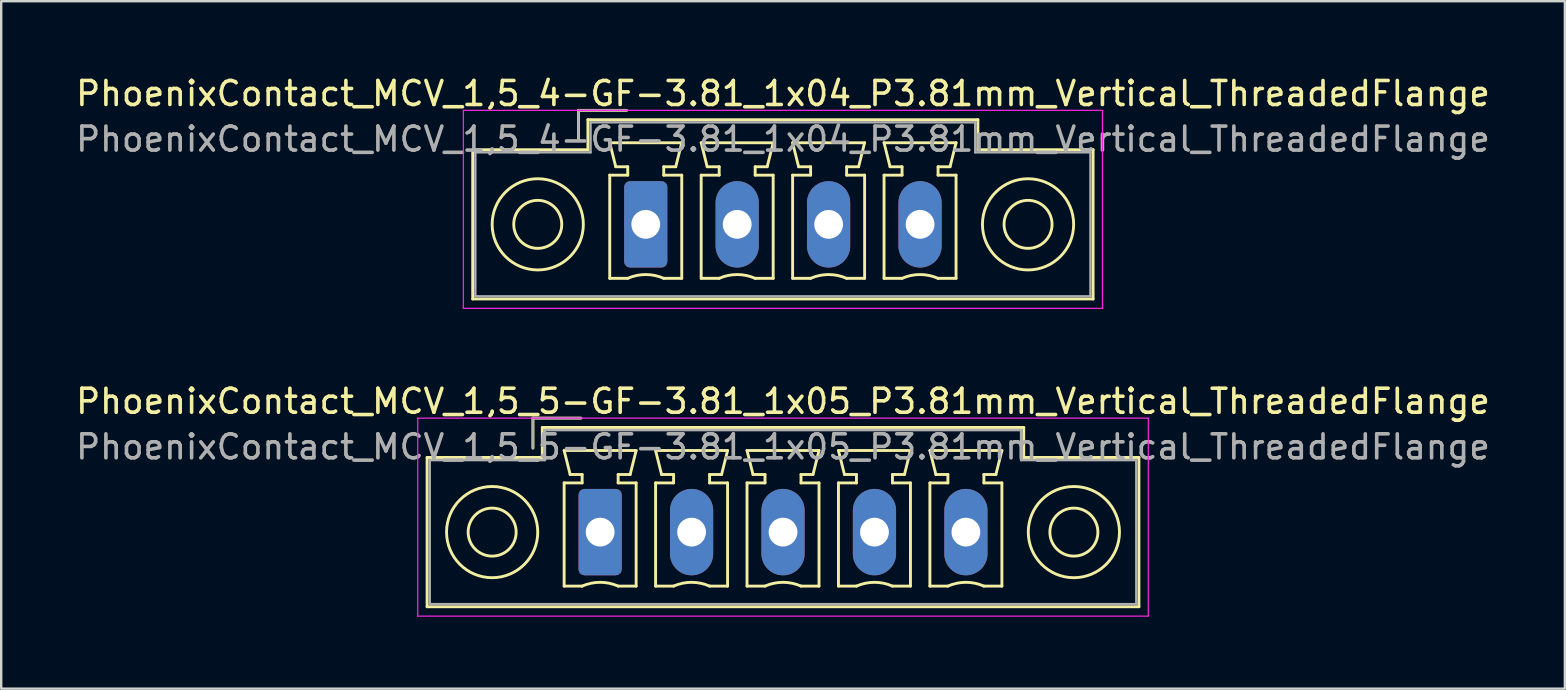
<source format=kicad_pcb>
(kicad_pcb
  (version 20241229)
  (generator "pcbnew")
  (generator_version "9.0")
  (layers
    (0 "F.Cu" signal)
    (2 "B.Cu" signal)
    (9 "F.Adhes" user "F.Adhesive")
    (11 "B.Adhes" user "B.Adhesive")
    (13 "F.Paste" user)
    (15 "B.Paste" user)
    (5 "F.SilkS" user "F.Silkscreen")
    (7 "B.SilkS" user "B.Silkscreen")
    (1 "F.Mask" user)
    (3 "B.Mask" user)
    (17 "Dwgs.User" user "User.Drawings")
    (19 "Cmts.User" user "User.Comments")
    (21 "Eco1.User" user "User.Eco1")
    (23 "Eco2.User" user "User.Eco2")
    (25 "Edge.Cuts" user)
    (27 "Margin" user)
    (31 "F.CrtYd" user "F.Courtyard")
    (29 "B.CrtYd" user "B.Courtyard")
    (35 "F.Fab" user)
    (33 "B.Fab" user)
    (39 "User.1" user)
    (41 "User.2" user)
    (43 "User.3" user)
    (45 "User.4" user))
  (footprint "PhoenixContact_MCV_1,5_4-GF-3.81_1x04_P3.81mm_Vertical_ThreadedFlange"
    (layer "F.Cu")
    (at 23.857 6.298)
    (property "Reference" "PhoenixContact_MCV_1,5_4-GF-3.81_1x04_P3.81mm_Vertical_ThreadedFlange" (at 5.72 -5.45 0) (layer "F.SilkS") (effects (font (size 1 1) (thickness 0.15))))
    (attr through_hole)
    (fp_line (start -7.21 -3.11) (end -7.21 3.11) (stroke (width 0.12) (type solid)) (layer "F.SilkS"))
    (fp_line (start -7.21 3.11) (end 18.64 3.11) (stroke (width 0.12) (type solid)) (layer "F.SilkS"))
    (fp_line (start -2.8 -4.75) (end -0.8 -4.75) (stroke (width 0.12) (type solid)) (layer "F.SilkS"))
    (fp_line (start -2.8 -3.5) (end -2.8 -4.75) (stroke (width 0.12) (type solid)) (layer "F.SilkS"))
    (fp_line (start -2.41 -4.36) (end -2.41 -3.11) (stroke (width 0.12) (type solid)) (layer "F.SilkS"))
    (fp_line (start -2.41 -3.11) (end -7.21 -3.11) (stroke (width 0.12) (type solid)) (layer "F.SilkS"))
    (fp_line (start -1.5 -3.4) (end 1.5 -3.4) (stroke (width 0.12) (type solid)) (layer "F.SilkS"))
    (fp_line (start -1.5 -2.05) (end -0.75 -2.05) (stroke (width 0.12) (type solid)) (layer "F.SilkS"))
    (fp_line (start -1.5 2.25) (end -1.5 -2.05) (stroke (width 0.12) (type solid)) (layer "F.SilkS"))
    (fp_line (start -1.25 -2.4) (end -1.5 -3.4) (stroke (width 0.12) (type solid)) (layer "F.SilkS"))
    (fp_line (start -0.75 -2.4) (end -1.25 -2.4) (stroke (width 0.12) (type solid)) (layer "F.SilkS"))
    (fp_line (start -0.75 -2.05) (end -0.75 -2.4) (stroke (width 0.12) (type solid)) (layer "F.SilkS"))
    (fp_line (start -0.75 2.25) (end -1.5 2.25) (stroke (width 0.12) (type solid)) (layer "F.SilkS"))
    (fp_line (start 0.75 -2.4) (end 0.75 -2.05) (stroke (width 0.12) (type solid)) (layer "F.SilkS"))
    (fp_line (start 0.75 -2.05) (end 1.5 -2.05) (stroke (width 0.12) (type solid)) (layer "F.SilkS"))
    (fp_line (start 1.25 -2.4) (end 0.75 -2.4) (stroke (width 0.12) (type solid)) (layer "F.SilkS"))
    (fp_line (start 1.5 -3.4) (end 1.25 -2.4) (stroke (width 0.12) (type solid)) (layer "F.SilkS"))
    (fp_line (start 1.5 -2.05) (end 1.5 2.25) (stroke (width 0.12) (type solid)) (layer "F.SilkS"))
    (fp_line (start 1.5 2.25) (end 0.75 2.25) (stroke (width 0.12) (type solid)) (layer "F.SilkS"))
    (fp_line (start 2.31 -3.4) (end 5.31 -3.4) (stroke (width 0.12) (type solid)) (layer "F.SilkS"))
    (fp_line (start 2.31 -2.05) (end 3.06 -2.05) (stroke (width 0.12) (type solid)) (layer "F.SilkS"))
    (fp_line (start 2.31 2.25) (end 2.31 -2.05) (stroke (width 0.12) (type solid)) (layer "F.SilkS"))
    (fp_line (start 2.56 -2.4) (end 2.31 -3.4) (stroke (width 0.12) (type solid)) (layer "F.SilkS"))
    (fp_line (start 3.06 -2.4) (end 2.56 -2.4) (stroke (width 0.12) (type solid)) (layer "F.SilkS"))
    (fp_line (start 3.06 -2.05) (end 3.06 -2.4) (stroke (width 0.12) (type solid)) (layer "F.SilkS"))
    (fp_line (start 3.06 2.25) (end 2.31 2.25) (stroke (width 0.12) (type solid)) (layer "F.SilkS"))
    (fp_line (start 4.56 -2.4) (end 4.56 -2.05) (stroke (width 0.12) (type solid)) (layer "F.SilkS"))
    (fp_line (start 4.56 -2.05) (end 5.31 -2.05) (stroke (width 0.12) (type solid)) (layer "F.SilkS"))
    (fp_line (start 5.06 -2.4) (end 4.56 -2.4) (stroke (width 0.12) (type solid)) (layer "F.SilkS"))
    (fp_line (start 5.31 -3.4) (end 5.06 -2.4) (stroke (width 0.12) (type solid)) (layer "F.SilkS"))
    (fp_line (start 5.31 -2.05) (end 5.31 2.25) (stroke (width 0.12) (type solid)) (layer "F.SilkS"))
    (fp_line (start 5.31 2.25) (end 4.56 2.25) (stroke (width 0.12) (type solid)) (layer "F.SilkS"))
    (fp_line (start 6.12 -3.4) (end 9.12 -3.4) (stroke (width 0.12) (type solid)) (layer "F.SilkS"))
    (fp_line (start 6.12 -2.05) (end 6.87 -2.05) (stroke (width 0.12) (type solid)) (layer "F.SilkS"))
    (fp_line (start 6.12 2.25) (end 6.12 -2.05) (stroke (width 0.12) (type solid)) (layer "F.SilkS"))
    (fp_line (start 6.37 -2.4) (end 6.12 -3.4) (stroke (width 0.12) (type solid)) (layer "F.SilkS"))
    (fp_line (start 6.87 -2.4) (end 6.37 -2.4) (stroke (width 0.12) (type solid)) (layer "F.SilkS"))
    (fp_line (start 6.87 -2.05) (end 6.87 -2.4) (stroke (width 0.12) (type solid)) (layer "F.SilkS"))
    (fp_line (start 6.87 2.25) (end 6.12 2.25) (stroke (width 0.12) (type solid)) (layer "F.SilkS"))
    (fp_line (start 8.37 -2.4) (end 8.37 -2.05) (stroke (width 0.12) (type solid)) (layer "F.SilkS"))
    (fp_line (start 8.37 -2.05) (end 9.12 -2.05) (stroke (width 0.12) (type solid)) (layer "F.SilkS"))
    (fp_line (start 8.87 -2.4) (end 8.37 -2.4) (stroke (width 0.12) (type solid)) (layer "F.SilkS"))
    (fp_line (start 9.12 -3.4) (end 8.87 -2.4) (stroke (width 0.12) (type solid)) (layer "F.SilkS"))
    (fp_line (start 9.12 -2.05) (end 9.12 2.25) (stroke (width 0.12) (type solid)) (layer "F.SilkS"))
    (fp_line (start 9.12 2.25) (end 8.37 2.25) (stroke (width 0.12) (type solid)) (layer "F.SilkS"))
    (fp_line (start 9.93 -3.4) (end 12.93 -3.4) (stroke (width 0.12) (type solid)) (layer "F.SilkS"))
    (fp_line (start 9.93 -2.05) (end 10.68 -2.05) (stroke (width 0.12) (type solid)) (layer "F.SilkS"))
    (fp_line (start 9.93 2.25) (end 9.93 -2.05) (stroke (width 0.12) (type solid)) (layer "F.SilkS"))
    (fp_line (start 10.18 -2.4) (end 9.93 -3.4) (stroke (width 0.12) (type solid)) (layer "F.SilkS"))
    (fp_line (start 10.68 -2.4) (end 10.18 -2.4) (stroke (width 0.12) (type solid)) (layer "F.SilkS"))
    (fp_line (start 10.68 -2.05) (end 10.68 -2.4) (stroke (width 0.12) (type solid)) (layer "F.SilkS"))
    (fp_line (start 10.68 2.25) (end 9.93 2.25) (stroke (width 0.12) (type solid)) (layer "F.SilkS"))
    (fp_line (start 12.18 -2.4) (end 12.18 -2.05) (stroke (width 0.12) (type solid)) (layer "F.SilkS"))
    (fp_line (start 12.18 -2.05) (end 12.93 -2.05) (stroke (width 0.12) (type solid)) (layer "F.SilkS"))
    (fp_line (start 12.68 -2.4) (end 12.18 -2.4) (stroke (width 0.12) (type solid)) (layer "F.SilkS"))
    (fp_line (start 12.93 -3.4) (end 12.68 -2.4) (stroke (width 0.12) (type solid)) (layer "F.SilkS"))
    (fp_line (start 12.93 -2.05) (end 12.93 2.25) (stroke (width 0.12) (type solid)) (layer "F.SilkS"))
    (fp_line (start 12.93 2.25) (end 12.18 2.25) (stroke (width 0.12) (type solid)) (layer "F.SilkS"))
    (fp_line (start 13.84 -4.36) (end -2.41 -4.36) (stroke (width 0.12) (type solid)) (layer "F.SilkS"))
    (fp_line (start 13.84 -3.11) (end 13.84 -4.36) (stroke (width 0.12) (type solid)) (layer "F.SilkS"))
    (fp_line (start 18.64 -3.11) (end 13.84 -3.11) (stroke (width 0.12) (type solid)) (layer "F.SilkS"))
    (fp_line (start 18.64 3.11) (end 18.64 -3.11) (stroke (width 0.12) (type solid)) (layer "F.SilkS"))
    (fp_arc (start -0.75 2.25) (mid -0.000193 2.09191) (end 0.749647 2.249844) (stroke (width 0.12) (type solid)) (layer "F.SilkS"))
    (fp_arc (start 3.06 2.25) (mid 3.809807 2.09191) (end 4.559647 2.249844) (stroke (width 0.12) (type solid)) (layer "F.SilkS"))
    (fp_arc (start 6.87 2.25) (mid 7.619807 2.09191) (end 8.369647 2.249844) (stroke (width 0.12) (type solid)) (layer "F.SilkS"))
    (fp_arc (start 10.68 2.25) (mid 11.429807 2.09191) (end 12.179647 2.249844) (stroke (width 0.12) (type solid)) (layer "F.SilkS"))
    (fp_circle (center -4.5 0) (end -3.5 0) (stroke (width 0.12) (type solid)) (fill no) (layer "F.SilkS"))
    (fp_circle (center -4.5 0) (end -2.6 0) (stroke (width 0.12) (type solid)) (fill no) (layer "F.SilkS"))
    (fp_circle (center 15.93 0) (end 16.93 0) (stroke (width 0.12) (type solid)) (fill no) (layer "F.SilkS"))
    (fp_circle (center 15.93 0) (end 17.83 0) (stroke (width 0.12) (type solid)) (fill no) (layer "F.SilkS"))
    (fp_line (start -7.6 -4.75) (end -7.6 3.5) (stroke (width 0.05) (type solid)) (layer "F.CrtYd"))
    (fp_line (start -7.6 3.5) (end 19.03 3.5) (stroke (width 0.05) (type solid)) (layer "F.CrtYd"))
    (fp_line (start 19.03 -4.75) (end -7.6 -4.75) (stroke (width 0.05) (type solid)) (layer "F.CrtYd"))
    (fp_line (start 19.03 3.5) (end 19.03 -4.75) (stroke (width 0.05) (type solid)) (layer "F.CrtYd"))
    (fp_line (start -7.1 -3) (end -7.1 3) (stroke (width 0.1) (type solid)) (layer "F.Fab"))
    (fp_line (start -7.1 3) (end 18.53 3) (stroke (width 0.1) (type solid)) (layer "F.Fab"))
    (fp_line (start -2.8 -4.75) (end -0.8 -4.75) (stroke (width 0.1) (type solid)) (layer "F.Fab"))
    (fp_line (start -2.8 -3.5) (end -2.8 -4.75) (stroke (width 0.1) (type solid)) (layer "F.Fab"))
    (fp_line (start -2.3 -4.25) (end -2.3 -3) (stroke (width 0.1) (type solid)) (layer "F.Fab"))
    (fp_line (start -2.3 -3) (end -7.1 -3) (stroke (width 0.1) (type solid)) (layer "F.Fab"))
    (fp_line (start 13.73 -4.25) (end -2.3 -4.25) (stroke (width 0.1) (type solid)) (layer "F.Fab"))
    (fp_line (start 13.73 -3) (end 13.73 -4.25) (stroke (width 0.1) (type solid)) (layer "F.Fab"))
    (fp_line (start 18.53 -3) (end 13.73 -3) (stroke (width 0.1) (type solid)) (layer "F.Fab"))
    (fp_line (start 18.53 3) (end 18.53 -3) (stroke (width 0.1) (type solid)) (layer "F.Fab"))
    (fp_text user "${REFERENCE}" (at 5.72 -3.55 0) (layer "F.Fab") (effects (font (size 1 1) (thickness 0.15))))
    (pad "1" thru_hole roundrect (at 0 0) (size 1.8 3.6) (drill 1.2) (layers "*.Cu" "*.Mask") (roundrect_rratio 0.139))
    (pad "2" thru_hole oval (at 3.81 0) (size 1.8 3.6) (drill 1.2) (layers "*.Cu" "*.Mask"))
    (pad "3" thru_hole oval (at 7.62 0) (size 1.8 3.6) (drill 1.2) (layers "*.Cu" "*.Mask"))
    (pad "4" thru_hole oval (at 11.43 0) (size 1.8 3.6) (drill 1.2) (layers "*.Cu" "*.Mask")))
  (footprint "PhoenixContact_MCV_1,5_5-GF-3.81_1x05_P3.81mm_Vertical_ThreadedFlange"
    (layer "F.Cu")
    (at 21.957 19.122)
    (property "Reference" "PhoenixContact_MCV_1,5_5-GF-3.81_1x05_P3.81mm_Vertical_ThreadedFlange" (at 7.62 -5.45 0) (layer "F.SilkS") (effects (font (size 1 1) (thickness 0.15))))
    (attr through_hole)
    (fp_line (start -7.21 -3.11) (end -7.21 3.11) (stroke (width 0.12) (type solid)) (layer "F.SilkS"))
    (fp_line (start -7.21 3.11) (end 22.45 3.11) (stroke (width 0.12) (type solid)) (layer "F.SilkS"))
    (fp_line (start -2.8 -4.75) (end -0.8 -4.75) (stroke (width 0.12) (type solid)) (layer "F.SilkS"))
    (fp_line (start -2.8 -3.5) (end -2.8 -4.75) (stroke (width 0.12) (type solid)) (layer "F.SilkS"))
    (fp_line (start -2.41 -4.36) (end -2.41 -3.11) (stroke (width 0.12) (type solid)) (layer "F.SilkS"))
    (fp_line (start -2.41 -3.11) (end -7.21 -3.11) (stroke (width 0.12) (type solid)) (layer "F.SilkS"))
    (fp_line (start -1.5 -3.4) (end 1.5 -3.4) (stroke (width 0.12) (type solid)) (layer "F.SilkS"))
    (fp_line (start -1.5 -2.05) (end -0.75 -2.05) (stroke (width 0.12) (type solid)) (layer "F.SilkS"))
    (fp_line (start -1.5 2.25) (end -1.5 -2.05) (stroke (width 0.12) (type solid)) (layer "F.SilkS"))
    (fp_line (start -1.25 -2.4) (end -1.5 -3.4) (stroke (width 0.12) (type solid)) (layer "F.SilkS"))
    (fp_line (start -0.75 -2.4) (end -1.25 -2.4) (stroke (width 0.12) (type solid)) (layer "F.SilkS"))
    (fp_line (start -0.75 -2.05) (end -0.75 -2.4) (stroke (width 0.12) (type solid)) (layer "F.SilkS"))
    (fp_line (start -0.75 2.25) (end -1.5 2.25) (stroke (width 0.12) (type solid)) (layer "F.SilkS"))
    (fp_line (start 0.75 -2.4) (end 0.75 -2.05) (stroke (width 0.12) (type solid)) (layer "F.SilkS"))
    (fp_line (start 0.75 -2.05) (end 1.5 -2.05) (stroke (width 0.12) (type solid)) (layer "F.SilkS"))
    (fp_line (start 1.25 -2.4) (end 0.75 -2.4) (stroke (width 0.12) (type solid)) (layer "F.SilkS"))
    (fp_line (start 1.5 -3.4) (end 1.25 -2.4) (stroke (width 0.12) (type solid)) (layer "F.SilkS"))
    (fp_line (start 1.5 -2.05) (end 1.5 2.25) (stroke (width 0.12) (type solid)) (layer "F.SilkS"))
    (fp_line (start 1.5 2.25) (end 0.75 2.25) (stroke (width 0.12) (type solid)) (layer "F.SilkS"))
    (fp_line (start 2.31 -3.4) (end 5.31 -3.4) (stroke (width 0.12) (type solid)) (layer "F.SilkS"))
    (fp_line (start 2.31 -2.05) (end 3.06 -2.05) (stroke (width 0.12) (type solid)) (layer "F.SilkS"))
    (fp_line (start 2.31 2.25) (end 2.31 -2.05) (stroke (width 0.12) (type solid)) (layer "F.SilkS"))
    (fp_line (start 2.56 -2.4) (end 2.31 -3.4) (stroke (width 0.12) (type solid)) (layer "F.SilkS"))
    (fp_line (start 3.06 -2.4) (end 2.56 -2.4) (stroke (width 0.12) (type solid)) (layer "F.SilkS"))
    (fp_line (start 3.06 -2.05) (end 3.06 -2.4) (stroke (width 0.12) (type solid)) (layer "F.SilkS"))
    (fp_line (start 3.06 2.25) (end 2.31 2.25) (stroke (width 0.12) (type solid)) (layer "F.SilkS"))
    (fp_line (start 4.56 -2.4) (end 4.56 -2.05) (stroke (width 0.12) (type solid)) (layer "F.SilkS"))
    (fp_line (start 4.56 -2.05) (end 5.31 -2.05) (stroke (width 0.12) (type solid)) (layer "F.SilkS"))
    (fp_line (start 5.06 -2.4) (end 4.56 -2.4) (stroke (width 0.12) (type solid)) (layer "F.SilkS"))
    (fp_line (start 5.31 -3.4) (end 5.06 -2.4) (stroke (width 0.12) (type solid)) (layer "F.SilkS"))
    (fp_line (start 5.31 -2.05) (end 5.31 2.25) (stroke (width 0.12) (type solid)) (layer "F.SilkS"))
    (fp_line (start 5.31 2.25) (end 4.56 2.25) (stroke (width 0.12) (type solid)) (layer "F.SilkS"))
    (fp_line (start 6.12 -3.4) (end 9.12 -3.4) (stroke (width 0.12) (type solid)) (layer "F.SilkS"))
    (fp_line (start 6.12 -2.05) (end 6.87 -2.05) (stroke (width 0.12) (type solid)) (layer "F.SilkS"))
    (fp_line (start 6.12 2.25) (end 6.12 -2.05) (stroke (width 0.12) (type solid)) (layer "F.SilkS"))
    (fp_line (start 6.37 -2.4) (end 6.12 -3.4) (stroke (width 0.12) (type solid)) (layer "F.SilkS"))
    (fp_line (start 6.87 -2.4) (end 6.37 -2.4) (stroke (width 0.12) (type solid)) (layer "F.SilkS"))
    (fp_line (start 6.87 -2.05) (end 6.87 -2.4) (stroke (width 0.12) (type solid)) (layer "F.SilkS"))
    (fp_line (start 6.87 2.25) (end 6.12 2.25) (stroke (width 0.12) (type solid)) (layer "F.SilkS"))
    (fp_line (start 8.37 -2.4) (end 8.37 -2.05) (stroke (width 0.12) (type solid)) (layer "F.SilkS"))
    (fp_line (start 8.37 -2.05) (end 9.12 -2.05) (stroke (width 0.12) (type solid)) (layer "F.SilkS"))
    (fp_line (start 8.87 -2.4) (end 8.37 -2.4) (stroke (width 0.12) (type solid)) (layer "F.SilkS"))
    (fp_line (start 9.12 -3.4) (end 8.87 -2.4) (stroke (width 0.12) (type solid)) (layer "F.SilkS"))
    (fp_line (start 9.12 -2.05) (end 9.12 2.25) (stroke (width 0.12) (type solid)) (layer "F.SilkS"))
    (fp_line (start 9.12 2.25) (end 8.37 2.25) (stroke (width 0.12) (type solid)) (layer "F.SilkS"))
    (fp_line (start 9.93 -3.4) (end 12.93 -3.4) (stroke (width 0.12) (type solid)) (layer "F.SilkS"))
    (fp_line (start 9.93 -2.05) (end 10.68 -2.05) (stroke (width 0.12) (type solid)) (layer "F.SilkS"))
    (fp_line (start 9.93 2.25) (end 9.93 -2.05) (stroke (width 0.12) (type solid)) (layer "F.SilkS"))
    (fp_line (start 10.18 -2.4) (end 9.93 -3.4) (stroke (width 0.12) (type solid)) (layer "F.SilkS"))
    (fp_line (start 10.68 -2.4) (end 10.18 -2.4) (stroke (width 0.12) (type solid)) (layer "F.SilkS"))
    (fp_line (start 10.68 -2.05) (end 10.68 -2.4) (stroke (width 0.12) (type solid)) (layer "F.SilkS"))
    (fp_line (start 10.68 2.25) (end 9.93 2.25) (stroke (width 0.12) (type solid)) (layer "F.SilkS"))
    (fp_line (start 12.18 -2.4) (end 12.18 -2.05) (stroke (width 0.12) (type solid)) (layer "F.SilkS"))
    (fp_line (start 12.18 -2.05) (end 12.93 -2.05) (stroke (width 0.12) (type solid)) (layer "F.SilkS"))
    (fp_line (start 12.68 -2.4) (end 12.18 -2.4) (stroke (width 0.12) (type solid)) (layer "F.SilkS"))
    (fp_line (start 12.93 -3.4) (end 12.68 -2.4) (stroke (width 0.12) (type solid)) (layer "F.SilkS"))
    (fp_line (start 12.93 -2.05) (end 12.93 2.25) (stroke (width 0.12) (type solid)) (layer "F.SilkS"))
    (fp_line (start 12.93 2.25) (end 12.18 2.25) (stroke (width 0.12) (type solid)) (layer "F.SilkS"))
    (fp_line (start 13.74 -3.4) (end 16.74 -3.4) (stroke (width 0.12) (type solid)) (layer "F.SilkS"))
    (fp_line (start 13.74 -2.05) (end 14.49 -2.05) (stroke (width 0.12) (type solid)) (layer "F.SilkS"))
    (fp_line (start 13.74 2.25) (end 13.74 -2.05) (stroke (width 0.12) (type solid)) (layer "F.SilkS"))
    (fp_line (start 13.99 -2.4) (end 13.74 -3.4) (stroke (width 0.12) (type solid)) (layer "F.SilkS"))
    (fp_line (start 14.49 -2.4) (end 13.99 -2.4) (stroke (width 0.12) (type solid)) (layer "F.SilkS"))
    (fp_line (start 14.49 -2.05) (end 14.49 -2.4) (stroke (width 0.12) (type solid)) (layer "F.SilkS"))
    (fp_line (start 14.49 2.25) (end 13.74 2.25) (stroke (width 0.12) (type solid)) (layer "F.SilkS"))
    (fp_line (start 15.99 -2.4) (end 15.99 -2.05) (stroke (width 0.12) (type solid)) (layer "F.SilkS"))
    (fp_line (start 15.99 -2.05) (end 16.74 -2.05) (stroke (width 0.12) (type solid)) (layer "F.SilkS"))
    (fp_line (start 16.49 -2.4) (end 15.99 -2.4) (stroke (width 0.12) (type solid)) (layer "F.SilkS"))
    (fp_line (start 16.74 -3.4) (end 16.49 -2.4) (stroke (width 0.12) (type solid)) (layer "F.SilkS"))
    (fp_line (start 16.74 -2.05) (end 16.74 2.25) (stroke (width 0.12) (type solid)) (layer "F.SilkS"))
    (fp_line (start 16.74 2.25) (end 15.99 2.25) (stroke (width 0.12) (type solid)) (layer "F.SilkS"))
    (fp_line (start 17.65 -4.36) (end -2.41 -4.36) (stroke (width 0.12) (type solid)) (layer "F.SilkS"))
    (fp_line (start 17.65 -3.11) (end 17.65 -4.36) (stroke (width 0.12) (type solid)) (layer "F.SilkS"))
    (fp_line (start 22.45 -3.11) (end 17.65 -3.11) (stroke (width 0.12) (type solid)) (layer "F.SilkS"))
    (fp_line (start 22.45 3.11) (end 22.45 -3.11) (stroke (width 0.12) (type solid)) (layer "F.SilkS"))
    (fp_arc (start -0.75 2.25) (mid -0.000193 2.09191) (end 0.749647 2.249844) (stroke (width 0.12) (type solid)) (layer "F.SilkS"))
    (fp_arc (start 3.06 2.25) (mid 3.809807 2.09191) (end 4.559647 2.249844) (stroke (width 0.12) (type solid)) (layer "F.SilkS"))
    (fp_arc (start 6.87 2.25) (mid 7.619807 2.09191) (end 8.369647 2.249844) (stroke (width 0.12) (type solid)) (layer "F.SilkS"))
    (fp_arc (start 10.68 2.25) (mid 11.429807 2.09191) (end 12.179647 2.249844) (stroke (width 0.12) (type solid)) (layer "F.SilkS"))
    (fp_arc (start 14.49 2.25) (mid 15.239807 2.09191) (end 15.989647 2.249844) (stroke (width 0.12) (type solid)) (layer "F.SilkS"))
    (fp_circle (center -4.5 0) (end -3.5 0) (stroke (width 0.12) (type solid)) (fill no) (layer "F.SilkS"))
    (fp_circle (center -4.5 0) (end -2.6 0) (stroke (width 0.12) (type solid)) (fill no) (layer "F.SilkS"))
    (fp_circle (center 19.74 0) (end 20.74 0) (stroke (width 0.12) (type solid)) (fill no) (layer "F.SilkS"))
    (fp_circle (center 19.74 0) (end 21.64 0) (stroke (width 0.12) (type solid)) (fill no) (layer "F.SilkS"))
    (fp_line (start -7.6 -4.75) (end -7.6 3.5) (stroke (width 0.05) (type solid)) (layer "F.CrtYd"))
    (fp_line (start -7.6 3.5) (end 22.84 3.5) (stroke (width 0.05) (type solid)) (layer "F.CrtYd"))
    (fp_line (start 22.84 -4.75) (end -7.6 -4.75) (stroke (width 0.05) (type solid)) (layer "F.CrtYd"))
    (fp_line (start 22.84 3.5) (end 22.84 -4.75) (stroke (width 0.05) (type solid)) (layer "F.CrtYd"))
    (fp_line (start -7.1 -3) (end -7.1 3) (stroke (width 0.1) (type solid)) (layer "F.Fab"))
    (fp_line (start -7.1 3) (end 22.34 3) (stroke (width 0.1) (type solid)) (layer "F.Fab"))
    (fp_line (start -2.8 -4.75) (end -0.8 -4.75) (stroke (width 0.1) (type solid)) (layer "F.Fab"))
    (fp_line (start -2.8 -3.5) (end -2.8 -4.75) (stroke (width 0.1) (type solid)) (layer "F.Fab"))
    (fp_line (start -2.3 -4.25) (end -2.3 -3) (stroke (width 0.1) (type solid)) (layer "F.Fab"))
    (fp_line (start -2.3 -3) (end -7.1 -3) (stroke (width 0.1) (type solid)) (layer "F.Fab"))
    (fp_line (start 17.54 -4.25) (end -2.3 -4.25) (stroke (width 0.1) (type solid)) (layer "F.Fab"))
    (fp_line (start 17.54 -3) (end 17.54 -4.25) (stroke (width 0.1) (type solid)) (layer "F.Fab"))
    (fp_line (start 22.34 -3) (end 17.54 -3) (stroke (width 0.1) (type solid)) (layer "F.Fab"))
    (fp_line (start 22.34 3) (end 22.34 -3) (stroke (width 0.1) (type solid)) (layer "F.Fab"))
    (fp_text user "${REFERENCE}" (at 7.62 -3.55 0) (layer "F.Fab") (effects (font (size 1 1) (thickness 0.15))))
    (pad "1" thru_hole roundrect (at 0 0) (size 1.8 3.6) (drill 1.2) (layers "*.Cu" "*.Mask") (roundrect_rratio 0.139))
    (pad "2" thru_hole oval (at 3.81 0) (size 1.8 3.6) (drill 1.2) (layers "*.Cu" "*.Mask"))
    (pad "3" thru_hole oval (at 7.62 0) (size 1.8 3.6) (drill 1.2) (layers "*.Cu" "*.Mask"))
    (pad "4" thru_hole oval (at 11.43 0) (size 1.8 3.6) (drill 1.2) (layers "*.Cu" "*.Mask"))
    (pad "5" thru_hole oval (at 15.24 0) (size 1.8 3.6) (drill 1.2) (layers "*.Cu" "*.Mask")))
  (gr_rect
    (start -3 -3)
    (end 62.155 25.646)
    (stroke (width 0.1) (type default))
    (fill no)
    (layer "Edge.Cuts")))
</source>
